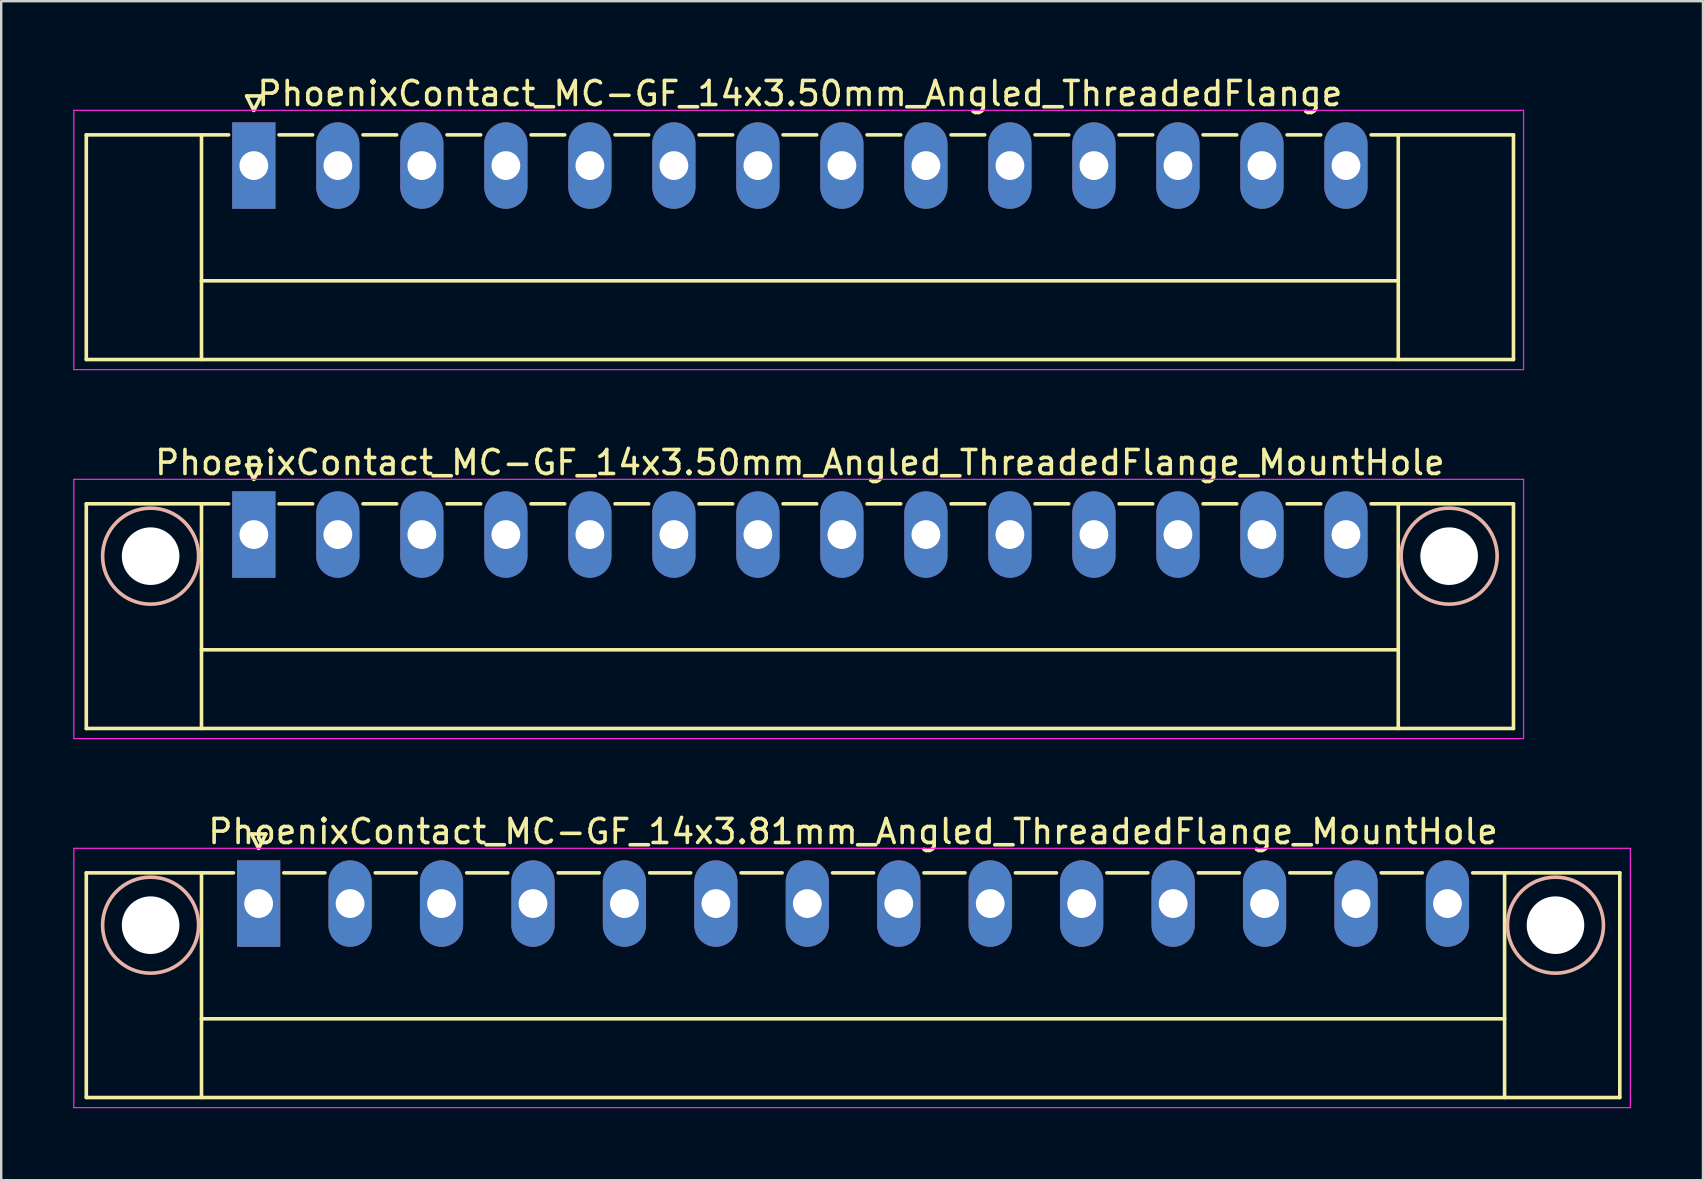
<source format=kicad_pcb>
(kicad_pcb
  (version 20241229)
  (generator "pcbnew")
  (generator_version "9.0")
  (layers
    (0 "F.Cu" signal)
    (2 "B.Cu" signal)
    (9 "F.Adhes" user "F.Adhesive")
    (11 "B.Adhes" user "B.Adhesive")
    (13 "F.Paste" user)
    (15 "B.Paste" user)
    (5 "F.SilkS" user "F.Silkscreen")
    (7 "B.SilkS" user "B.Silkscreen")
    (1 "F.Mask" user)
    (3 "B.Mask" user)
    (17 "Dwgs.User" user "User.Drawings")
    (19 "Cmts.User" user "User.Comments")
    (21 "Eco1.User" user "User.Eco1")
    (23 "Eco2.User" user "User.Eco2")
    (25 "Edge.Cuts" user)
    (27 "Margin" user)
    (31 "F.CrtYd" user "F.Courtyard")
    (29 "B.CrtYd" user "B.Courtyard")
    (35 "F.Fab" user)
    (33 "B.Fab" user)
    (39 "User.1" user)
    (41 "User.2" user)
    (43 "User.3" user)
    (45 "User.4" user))
  (footprint "PhoenixContact_MC-GF_14x3.50mm_Angled_ThreadedFlange"
    (layer "F.Cu")
    (at 7.525 3.848)
    (property "Reference" "PhoenixContact_MC-GF_14x3.50mm_Angled_ThreadedFlange" (at 22.75 -3 0) (layer "F.SilkS") (effects (font (size 1 1) (thickness 0.15))))
    (attr through_hole)
    (fp_line (start -6.98 -1.28) (end -6.98 8.08) (stroke (width 0.15) (type solid)) (layer "F.SilkS"))
    (fp_line (start -6.98 -1.28) (end -1.05 -1.28) (stroke (width 0.15) (type solid)) (layer "F.SilkS"))
    (fp_line (start -6.98 8.08) (end 52.48 8.08) (stroke (width 0.15) (type solid)) (layer "F.SilkS"))
    (fp_line (start -2.18 -1.28) (end -2.18 8.08) (stroke (width 0.15) (type solid)) (layer "F.SilkS"))
    (fp_line (start -2.18 4.8) (end 47.68 4.8) (stroke (width 0.15) (type solid)) (layer "F.SilkS"))
    (fp_line (start -0.3 -2.9) (end 0 -2.3) (stroke (width 0.15) (type solid)) (layer "F.SilkS"))
    (fp_line (start 0 -2.3) (end 0.3 -2.9) (stroke (width 0.15) (type solid)) (layer "F.SilkS"))
    (fp_line (start 0.3 -2.9) (end -0.3 -2.9) (stroke (width 0.15) (type solid)) (layer "F.SilkS"))
    (fp_line (start 1.05 -1.28) (end 2.45 -1.28) (stroke (width 0.15) (type solid)) (layer "F.SilkS"))
    (fp_line (start 4.55 -1.28) (end 5.95 -1.28) (stroke (width 0.15) (type solid)) (layer "F.SilkS"))
    (fp_line (start 8.05 -1.28) (end 9.45 -1.28) (stroke (width 0.15) (type solid)) (layer "F.SilkS"))
    (fp_line (start 11.55 -1.28) (end 12.95 -1.28) (stroke (width 0.15) (type solid)) (layer "F.SilkS"))
    (fp_line (start 15.05 -1.28) (end 16.45 -1.28) (stroke (width 0.15) (type solid)) (layer "F.SilkS"))
    (fp_line (start 18.55 -1.28) (end 19.95 -1.28) (stroke (width 0.15) (type solid)) (layer "F.SilkS"))
    (fp_line (start 22.05 -1.28) (end 23.45 -1.28) (stroke (width 0.15) (type solid)) (layer "F.SilkS"))
    (fp_line (start 25.55 -1.28) (end 26.95 -1.28) (stroke (width 0.15) (type solid)) (layer "F.SilkS"))
    (fp_line (start 29.05 -1.28) (end 30.45 -1.28) (stroke (width 0.15) (type solid)) (layer "F.SilkS"))
    (fp_line (start 32.55 -1.28) (end 33.95 -1.28) (stroke (width 0.15) (type solid)) (layer "F.SilkS"))
    (fp_line (start 36.05 -1.28) (end 37.45 -1.28) (stroke (width 0.15) (type solid)) (layer "F.SilkS"))
    (fp_line (start 39.55 -1.28) (end 40.95 -1.28) (stroke (width 0.15) (type solid)) (layer "F.SilkS"))
    (fp_line (start 43.05 -1.28) (end 44.45 -1.28) (stroke (width 0.15) (type solid)) (layer "F.SilkS"))
    (fp_line (start 47.68 -1.28) (end 47.68 8.08) (stroke (width 0.15) (type solid)) (layer "F.SilkS"))
    (fp_line (start 52.48 -1.28) (end 46.55 -1.28) (stroke (width 0.15) (type solid)) (layer "F.SilkS"))
    (fp_line (start 52.48 8.08) (end 52.48 -1.28) (stroke (width 0.15) (type solid)) (layer "F.SilkS"))
    (fp_line (start -7.5 -2.3) (end -7.5 8.5) (stroke (width 0.05) (type solid)) (layer "F.CrtYd"))
    (fp_line (start -7.5 8.5) (end 52.9 8.5) (stroke (width 0.05) (type solid)) (layer "F.CrtYd"))
    (fp_line (start 52.9 -2.3) (end -7.5 -2.3) (stroke (width 0.05) (type solid)) (layer "F.CrtYd"))
    (fp_line (start 52.9 8.5) (end 52.9 -2.3) (stroke (width 0.05) (type solid)) (layer "F.CrtYd"))
    (pad "1" thru_hole rect (at 0 0) (size 1.8 3.6) (drill 1.2) (layers "*.Cu" "*.Mask"))
    (pad "2" thru_hole oval (at 3.5 0) (size 1.8 3.6) (drill 1.2) (layers "*.Cu" "*.Mask"))
    (pad "3" thru_hole oval (at 7 0) (size 1.8 3.6) (drill 1.2) (layers "*.Cu" "*.Mask"))
    (pad "4" thru_hole oval (at 10.5 0) (size 1.8 3.6) (drill 1.2) (layers "*.Cu" "*.Mask"))
    (pad "5" thru_hole oval (at 14 0) (size 1.8 3.6) (drill 1.2) (layers "*.Cu" "*.Mask"))
    (pad "6" thru_hole oval (at 17.5 0) (size 1.8 3.6) (drill 1.2) (layers "*.Cu" "*.Mask"))
    (pad "7" thru_hole oval (at 21 0) (size 1.8 3.6) (drill 1.2) (layers "*.Cu" "*.Mask"))
    (pad "8" thru_hole oval (at 24.5 0) (size 1.8 3.6) (drill 1.2) (layers "*.Cu" "*.Mask"))
    (pad "9" thru_hole oval (at 28 0) (size 1.8 3.6) (drill 1.2) (layers "*.Cu" "*.Mask"))
    (pad "10" thru_hole oval (at 31.5 0) (size 1.8 3.6) (drill 1.2) (layers "*.Cu" "*.Mask"))
    (pad "11" thru_hole oval (at 35 0) (size 1.8 3.6) (drill 1.2) (layers "*.Cu" "*.Mask"))
    (pad "12" thru_hole oval (at 38.5 0) (size 1.8 3.6) (drill 1.2) (layers "*.Cu" "*.Mask"))
    (pad "13" thru_hole oval (at 42 0) (size 1.8 3.6) (drill 1.2) (layers "*.Cu" "*.Mask"))
    (pad "14" thru_hole oval (at 45.5 0) (size 1.8 3.6) (drill 1.2) (layers "*.Cu" "*.Mask")))
  (footprint "PhoenixContact_MC-GF_14x3.50mm_Angled_ThreadedFlange_MountHole"
    (layer "F.Cu")
    (at 7.525 19.221)
    (property "Reference" "PhoenixContact_MC-GF_14x3.50mm_Angled_ThreadedFlange_MountHole" (at 22.75 -3 0) (layer "F.SilkS") (effects (font (size 1 1) (thickness 0.15))))
    (attr through_hole)
    (fp_line (start -6.98 -1.28) (end -6.98 8.08) (stroke (width 0.15) (type solid)) (layer "F.SilkS"))
    (fp_line (start -6.98 -1.28) (end -1.05 -1.28) (stroke (width 0.15) (type solid)) (layer "F.SilkS"))
    (fp_line (start -6.98 8.08) (end 52.48 8.08) (stroke (width 0.15) (type solid)) (layer "F.SilkS"))
    (fp_line (start -2.18 -1.28) (end -2.18 8.08) (stroke (width 0.15) (type solid)) (layer "F.SilkS"))
    (fp_line (start -2.18 4.8) (end 47.68 4.8) (stroke (width 0.15) (type solid)) (layer "F.SilkS"))
    (fp_line (start -0.3 -2.9) (end 0 -2.3) (stroke (width 0.15) (type solid)) (layer "F.SilkS"))
    (fp_line (start 0 -2.3) (end 0.3 -2.9) (stroke (width 0.15) (type solid)) (layer "F.SilkS"))
    (fp_line (start 0.3 -2.9) (end -0.3 -2.9) (stroke (width 0.15) (type solid)) (layer "F.SilkS"))
    (fp_line (start 1.05 -1.28) (end 2.45 -1.28) (stroke (width 0.15) (type solid)) (layer "F.SilkS"))
    (fp_line (start 4.55 -1.28) (end 5.95 -1.28) (stroke (width 0.15) (type solid)) (layer "F.SilkS"))
    (fp_line (start 8.05 -1.28) (end 9.45 -1.28) (stroke (width 0.15) (type solid)) (layer "F.SilkS"))
    (fp_line (start 11.55 -1.28) (end 12.95 -1.28) (stroke (width 0.15) (type solid)) (layer "F.SilkS"))
    (fp_line (start 15.05 -1.28) (end 16.45 -1.28) (stroke (width 0.15) (type solid)) (layer "F.SilkS"))
    (fp_line (start 18.55 -1.28) (end 19.95 -1.28) (stroke (width 0.15) (type solid)) (layer "F.SilkS"))
    (fp_line (start 22.05 -1.28) (end 23.45 -1.28) (stroke (width 0.15) (type solid)) (layer "F.SilkS"))
    (fp_line (start 25.55 -1.28) (end 26.95 -1.28) (stroke (width 0.15) (type solid)) (layer "F.SilkS"))
    (fp_line (start 29.05 -1.28) (end 30.45 -1.28) (stroke (width 0.15) (type solid)) (layer "F.SilkS"))
    (fp_line (start 32.55 -1.28) (end 33.95 -1.28) (stroke (width 0.15) (type solid)) (layer "F.SilkS"))
    (fp_line (start 36.05 -1.28) (end 37.45 -1.28) (stroke (width 0.15) (type solid)) (layer "F.SilkS"))
    (fp_line (start 39.55 -1.28) (end 40.95 -1.28) (stroke (width 0.15) (type solid)) (layer "F.SilkS"))
    (fp_line (start 43.05 -1.28) (end 44.45 -1.28) (stroke (width 0.15) (type solid)) (layer "F.SilkS"))
    (fp_line (start 47.68 -1.28) (end 47.68 8.08) (stroke (width 0.15) (type solid)) (layer "F.SilkS"))
    (fp_line (start 52.48 -1.28) (end 46.55 -1.28) (stroke (width 0.15) (type solid)) (layer "F.SilkS"))
    (fp_line (start 52.48 8.08) (end 52.48 -1.28) (stroke (width 0.15) (type solid)) (layer "F.SilkS"))
    (fp_circle (center -4.3 0.9) (end -2.3 0.9) (stroke (width 0.15) (type solid)) (fill no) (layer "B.SilkS"))
    (fp_circle (center 49.8 0.9) (end 51.8 0.9) (stroke (width 0.15) (type solid)) (fill no) (layer "B.SilkS"))
    (fp_line (start -7.5 -2.3) (end -7.5 8.5) (stroke (width 0.05) (type solid)) (layer "F.CrtYd"))
    (fp_line (start -7.5 8.5) (end 52.9 8.5) (stroke (width 0.05) (type solid)) (layer "F.CrtYd"))
    (fp_line (start 52.9 -2.3) (end -7.5 -2.3) (stroke (width 0.05) (type solid)) (layer "F.CrtYd"))
    (fp_line (start 52.9 8.5) (end 52.9 -2.3) (stroke (width 0.05) (type solid)) (layer "F.CrtYd"))
    (pad "" np_thru_hole circle (at -4.3 0.9) (size 2.4 2.4) (drill 2.4) (layers "*.Cu" "*.Mask"))
    (pad "" np_thru_hole circle (at 49.8 0.9) (size 2.4 2.4) (drill 2.4) (layers "*.Cu" "*.Mask"))
    (pad "1" thru_hole rect (at 0 0) (size 1.8 3.6) (drill 1.2) (layers "*.Cu" "*.Mask"))
    (pad "2" thru_hole oval (at 3.5 0) (size 1.8 3.6) (drill 1.2) (layers "*.Cu" "*.Mask"))
    (pad "3" thru_hole oval (at 7 0) (size 1.8 3.6) (drill 1.2) (layers "*.Cu" "*.Mask"))
    (pad "4" thru_hole oval (at 10.5 0) (size 1.8 3.6) (drill 1.2) (layers "*.Cu" "*.Mask"))
    (pad "5" thru_hole oval (at 14 0) (size 1.8 3.6) (drill 1.2) (layers "*.Cu" "*.Mask"))
    (pad "6" thru_hole oval (at 17.5 0) (size 1.8 3.6) (drill 1.2) (layers "*.Cu" "*.Mask"))
    (pad "7" thru_hole oval (at 21 0) (size 1.8 3.6) (drill 1.2) (layers "*.Cu" "*.Mask"))
    (pad "8" thru_hole oval (at 24.5 0) (size 1.8 3.6) (drill 1.2) (layers "*.Cu" "*.Mask"))
    (pad "9" thru_hole oval (at 28 0) (size 1.8 3.6) (drill 1.2) (layers "*.Cu" "*.Mask"))
    (pad "10" thru_hole oval (at 31.5 0) (size 1.8 3.6) (drill 1.2) (layers "*.Cu" "*.Mask"))
    (pad "11" thru_hole oval (at 35 0) (size 1.8 3.6) (drill 1.2) (layers "*.Cu" "*.Mask"))
    (pad "12" thru_hole oval (at 38.5 0) (size 1.8 3.6) (drill 1.2) (layers "*.Cu" "*.Mask"))
    (pad "13" thru_hole oval (at 42 0) (size 1.8 3.6) (drill 1.2) (layers "*.Cu" "*.Mask"))
    (pad "14" thru_hole oval (at 45.5 0) (size 1.8 3.6) (drill 1.2) (layers "*.Cu" "*.Mask")))
  (footprint "PhoenixContact_MC-GF_14x3.81mm_Angled_ThreadedFlange_MountHole"
    (layer "F.Cu")
    (at 7.725 34.595)
    (property "Reference" "PhoenixContact_MC-GF_14x3.81mm_Angled_ThreadedFlange_MountHole" (at 24.765 -3 0) (layer "F.SilkS") (effects (font (size 1 1) (thickness 0.15))))
    (attr through_hole)
    (fp_line (start -7.18 -1.28) (end -7.18 8.08) (stroke (width 0.15) (type solid)) (layer "F.SilkS"))
    (fp_line (start -7.18 -1.28) (end -1.05 -1.28) (stroke (width 0.15) (type solid)) (layer "F.SilkS"))
    (fp_line (start -7.18 8.08) (end 56.71 8.08) (stroke (width 0.15) (type solid)) (layer "F.SilkS"))
    (fp_line (start -2.38 -1.28) (end -2.38 8.08) (stroke (width 0.15) (type solid)) (layer "F.SilkS"))
    (fp_line (start -2.38 4.8) (end 51.91 4.8) (stroke (width 0.15) (type solid)) (layer "F.SilkS"))
    (fp_line (start -0.3 -2.9) (end 0 -2.3) (stroke (width 0.15) (type solid)) (layer "F.SilkS"))
    (fp_line (start 0 -2.3) (end 0.3 -2.9) (stroke (width 0.15) (type solid)) (layer "F.SilkS"))
    (fp_line (start 0.3 -2.9) (end -0.3 -2.9) (stroke (width 0.15) (type solid)) (layer "F.SilkS"))
    (fp_line (start 1.05 -1.28) (end 2.76 -1.28) (stroke (width 0.15) (type solid)) (layer "F.SilkS"))
    (fp_line (start 4.86 -1.28) (end 6.57 -1.28) (stroke (width 0.15) (type solid)) (layer "F.SilkS"))
    (fp_line (start 8.67 -1.28) (end 10.38 -1.28) (stroke (width 0.15) (type solid)) (layer "F.SilkS"))
    (fp_line (start 12.48 -1.28) (end 14.19 -1.28) (stroke (width 0.15) (type solid)) (layer "F.SilkS"))
    (fp_line (start 16.29 -1.28) (end 18 -1.28) (stroke (width 0.15) (type solid)) (layer "F.SilkS"))
    (fp_line (start 20.1 -1.28) (end 21.81 -1.28) (stroke (width 0.15) (type solid)) (layer "F.SilkS"))
    (fp_line (start 23.91 -1.28) (end 25.62 -1.28) (stroke (width 0.15) (type solid)) (layer "F.SilkS"))
    (fp_line (start 27.72 -1.28) (end 29.43 -1.28) (stroke (width 0.15) (type solid)) (layer "F.SilkS"))
    (fp_line (start 31.53 -1.28) (end 33.24 -1.28) (stroke (width 0.15) (type solid)) (layer "F.SilkS"))
    (fp_line (start 35.34 -1.28) (end 37.05 -1.28) (stroke (width 0.15) (type solid)) (layer "F.SilkS"))
    (fp_line (start 39.15 -1.28) (end 40.86 -1.28) (stroke (width 0.15) (type solid)) (layer "F.SilkS"))
    (fp_line (start 42.96 -1.28) (end 44.67 -1.28) (stroke (width 0.15) (type solid)) (layer "F.SilkS"))
    (fp_line (start 46.77 -1.28) (end 48.48 -1.28) (stroke (width 0.15) (type solid)) (layer "F.SilkS"))
    (fp_line (start 51.91 -1.28) (end 51.91 8.08) (stroke (width 0.15) (type solid)) (layer "F.SilkS"))
    (fp_line (start 56.71 -1.28) (end 50.58 -1.28) (stroke (width 0.15) (type solid)) (layer "F.SilkS"))
    (fp_line (start 56.71 8.08) (end 56.71 -1.28) (stroke (width 0.15) (type solid)) (layer "F.SilkS"))
    (fp_circle (center -4.5 0.9) (end -2.5 0.9) (stroke (width 0.15) (type solid)) (fill no) (layer "B.SilkS"))
    (fp_circle (center 54.03 0.9) (end 56.03 0.9) (stroke (width 0.15) (type solid)) (fill no) (layer "B.SilkS"))
    (fp_line (start -7.7 -2.3) (end -7.7 8.5) (stroke (width 0.05) (type solid)) (layer "F.CrtYd"))
    (fp_line (start -7.7 8.5) (end 57.15 8.5) (stroke (width 0.05) (type solid)) (layer "F.CrtYd"))
    (fp_line (start 57.15 -2.3) (end -7.7 -2.3) (stroke (width 0.05) (type solid)) (layer "F.CrtYd"))
    (fp_line (start 57.15 8.5) (end 57.15 -2.3) (stroke (width 0.05) (type solid)) (layer "F.CrtYd"))
    (pad "" np_thru_hole circle (at -4.5 0.9) (size 2.4 2.4) (drill 2.4) (layers "*.Cu" "*.Mask"))
    (pad "" np_thru_hole circle (at 54.03 0.9) (size 2.4 2.4) (drill 2.4) (layers "*.Cu" "*.Mask"))
    (pad "1" thru_hole rect (at 0 0) (size 1.8 3.6) (drill 1.2) (layers "*.Cu" "*.Mask"))
    (pad "2" thru_hole oval (at 3.81 0) (size 1.8 3.6) (drill 1.2) (layers "*.Cu" "*.Mask"))
    (pad "3" thru_hole oval (at 7.62 0) (size 1.8 3.6) (drill 1.2) (layers "*.Cu" "*.Mask"))
    (pad "4" thru_hole oval (at 11.43 0) (size 1.8 3.6) (drill 1.2) (layers "*.Cu" "*.Mask"))
    (pad "5" thru_hole oval (at 15.24 0) (size 1.8 3.6) (drill 1.2) (layers "*.Cu" "*.Mask"))
    (pad "6" thru_hole oval (at 19.05 0) (size 1.8 3.6) (drill 1.2) (layers "*.Cu" "*.Mask"))
    (pad "7" thru_hole oval (at 22.86 0) (size 1.8 3.6) (drill 1.2) (layers "*.Cu" "*.Mask"))
    (pad "8" thru_hole oval (at 26.67 0) (size 1.8 3.6) (drill 1.2) (layers "*.Cu" "*.Mask"))
    (pad "9" thru_hole oval (at 30.48 0) (size 1.8 3.6) (drill 1.2) (layers "*.Cu" "*.Mask"))
    (pad "10" thru_hole oval (at 34.29 0) (size 1.8 3.6) (drill 1.2) (layers "*.Cu" "*.Mask"))
    (pad "11" thru_hole oval (at 38.1 0) (size 1.8 3.6) (drill 1.2) (layers "*.Cu" "*.Mask"))
    (pad "12" thru_hole oval (at 41.91 0) (size 1.8 3.6) (drill 1.2) (layers "*.Cu" "*.Mask"))
    (pad "13" thru_hole oval (at 45.72 0) (size 1.8 3.6) (drill 1.2) (layers "*.Cu" "*.Mask"))
    (pad "14" thru_hole oval (at 49.53 0) (size 1.8 3.6) (drill 1.2) (layers "*.Cu" "*.Mask")))
  (gr_rect
    (start -3 -3)
    (end 67.9 46.12)
    (stroke (width 0.1) (type default))
    (fill no)
    (layer "Edge.Cuts")))
</source>
